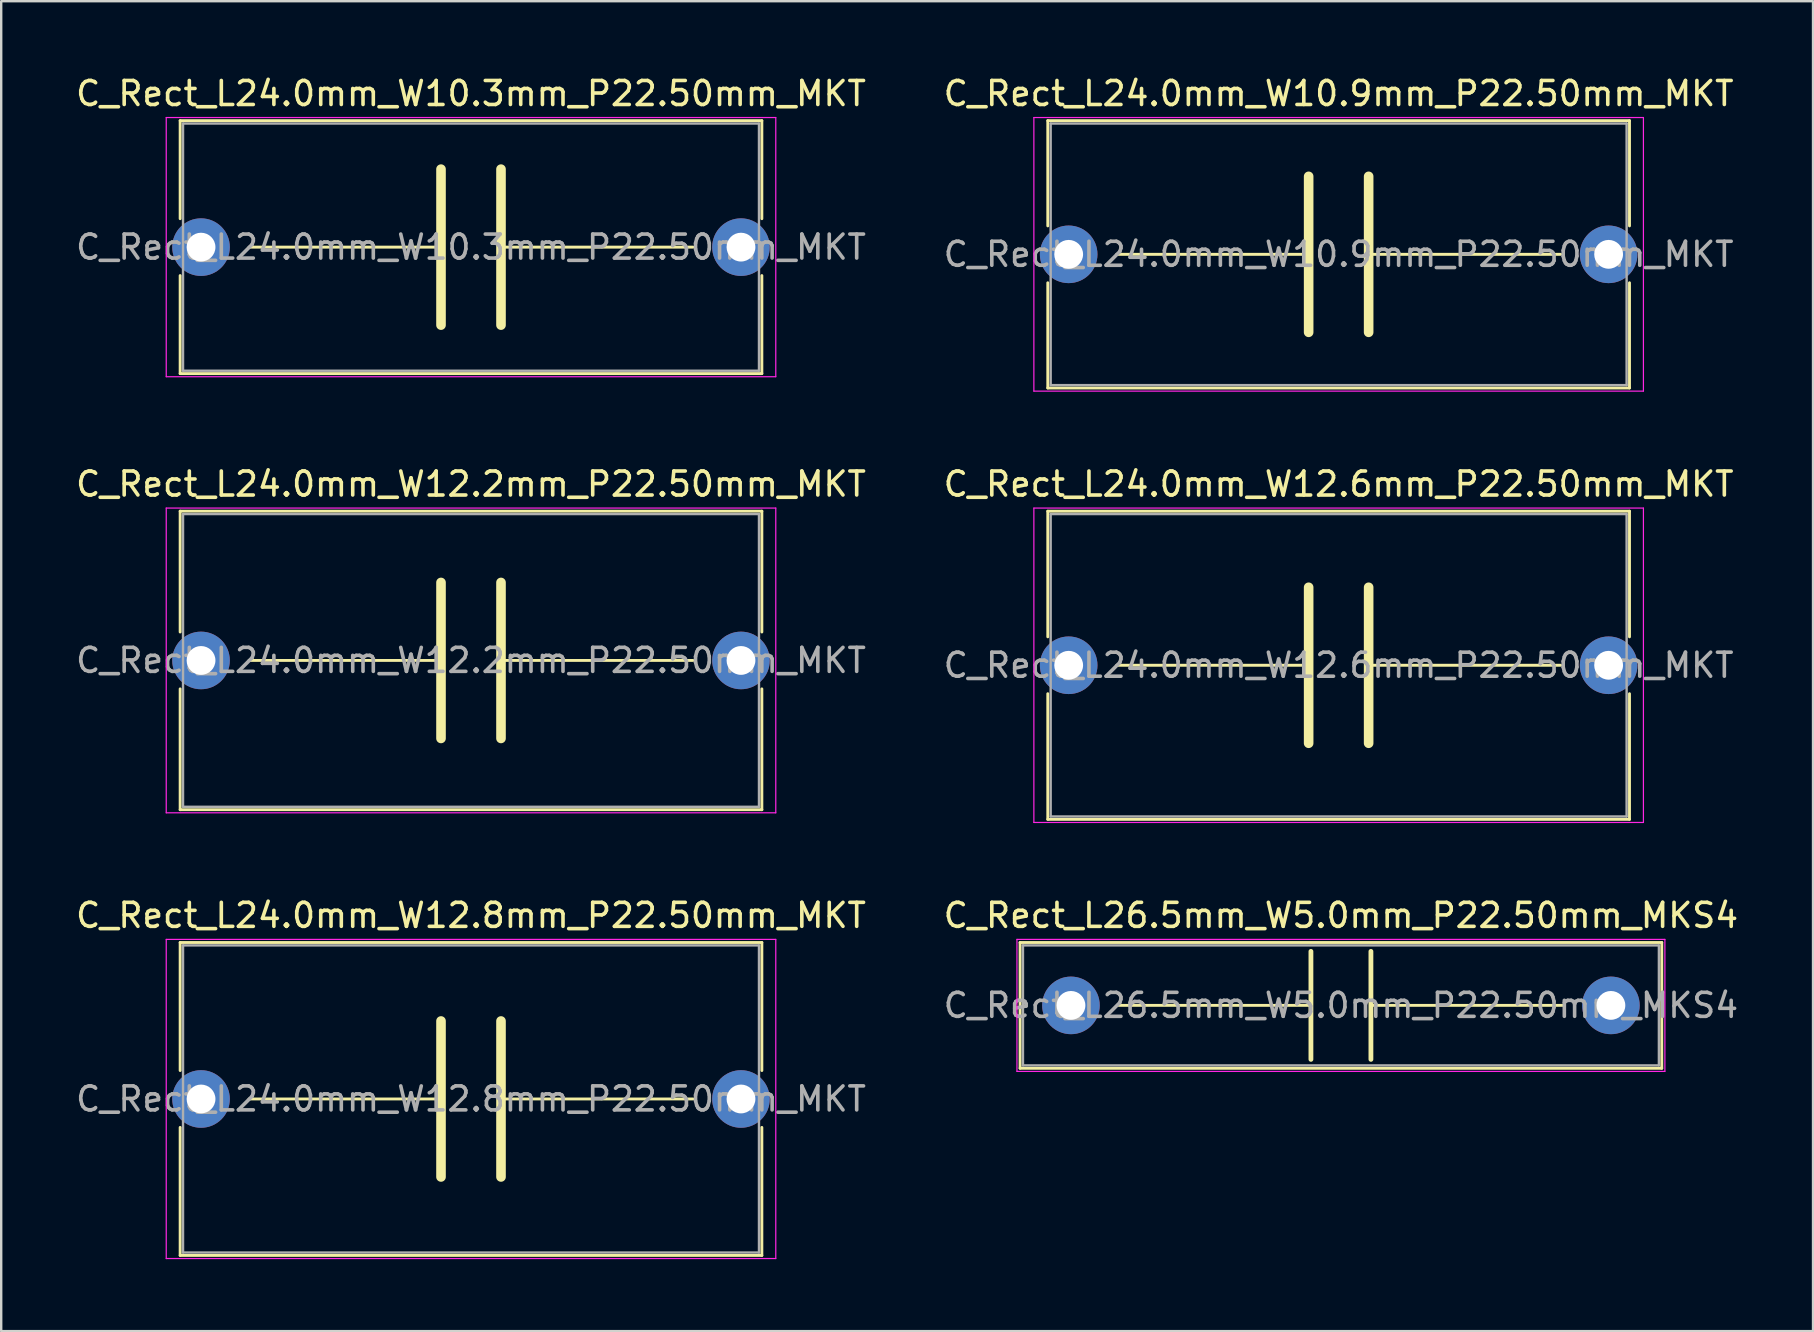
<source format=kicad_pcb>
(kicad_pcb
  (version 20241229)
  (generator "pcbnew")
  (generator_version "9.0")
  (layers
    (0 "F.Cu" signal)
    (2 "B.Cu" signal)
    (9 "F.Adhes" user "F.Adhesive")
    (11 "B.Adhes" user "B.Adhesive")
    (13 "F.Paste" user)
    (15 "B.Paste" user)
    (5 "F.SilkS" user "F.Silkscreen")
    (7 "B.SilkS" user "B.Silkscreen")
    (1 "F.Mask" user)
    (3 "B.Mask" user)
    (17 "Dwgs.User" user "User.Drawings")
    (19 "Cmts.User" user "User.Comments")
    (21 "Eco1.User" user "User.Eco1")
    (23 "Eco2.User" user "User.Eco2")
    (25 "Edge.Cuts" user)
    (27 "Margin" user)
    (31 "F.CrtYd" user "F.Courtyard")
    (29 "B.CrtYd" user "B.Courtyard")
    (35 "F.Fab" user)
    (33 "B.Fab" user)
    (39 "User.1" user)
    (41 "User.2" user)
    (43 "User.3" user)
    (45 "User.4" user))
  (footprint "C_Rect_L24.0mm_W12.8mm_P22.50mm_MKT"
    (layer "F.Cu")
    (at 5.327 42.745)
    (property "Reference" "C_Rect_L24.0mm_W12.8mm_P22.50mm_MKT" (at 11.25 -7.65 0) (layer "F.SilkS") (effects (font (size 1 1) (thickness 0.15))))
    (attr through_hole)
    (fp_line (start -0.87 -6.52) (end -0.87 -1.185) (stroke (width 0.12) (type solid)) (layer "F.SilkS"))
    (fp_line (start -0.87 -6.52) (end 23.37 -6.52) (stroke (width 0.12) (type solid)) (layer "F.SilkS"))
    (fp_line (start -0.87 1.185) (end -0.87 6.52) (stroke (width 0.12) (type solid)) (layer "F.SilkS"))
    (fp_line (start -0.87 6.52) (end 23.37 6.52) (stroke (width 0.12) (type solid)) (layer "F.SilkS"))
    (fp_line (start 2 0) (end 10 0) (stroke (width 0.12) (type solid)) (layer "F.SilkS"))
    (fp_line (start 10 -3.25) (end 10 3.25) (stroke (width 0.4) (type solid)) (layer "F.SilkS"))
    (fp_line (start 12.5 -3.25) (end 12.5 3.25) (stroke (width 0.4) (type solid)) (layer "F.SilkS"))
    (fp_line (start 12.5 0) (end 20.5 0) (stroke (width 0.12) (type solid)) (layer "F.SilkS"))
    (fp_line (start 23.37 -6.52) (end 23.37 -1.185) (stroke (width 0.12) (type solid)) (layer "F.SilkS"))
    (fp_line (start 23.37 1.185) (end 23.37 6.52) (stroke (width 0.12) (type solid)) (layer "F.SilkS"))
    (fp_line (start -1.45 -6.65) (end -1.45 6.65) (stroke (width 0.05) (type solid)) (layer "F.CrtYd"))
    (fp_line (start -1.45 6.65) (end 23.95 6.65) (stroke (width 0.05) (type solid)) (layer "F.CrtYd"))
    (fp_line (start 23.95 -6.65) (end -1.45 -6.65) (stroke (width 0.05) (type solid)) (layer "F.CrtYd"))
    (fp_line (start 23.95 6.65) (end 23.95 -6.65) (stroke (width 0.05) (type solid)) (layer "F.CrtYd"))
    (fp_line (start -0.75 -6.4) (end -0.75 6.4) (stroke (width 0.1) (type solid)) (layer "F.Fab"))
    (fp_line (start -0.75 6.4) (end 23.25 6.4) (stroke (width 0.1) (type solid)) (layer "F.Fab"))
    (fp_line (start 23.25 -6.4) (end -0.75 -6.4) (stroke (width 0.1) (type solid)) (layer "F.Fab"))
    (fp_line (start 23.25 6.4) (end 23.25 -6.4) (stroke (width 0.1) (type solid)) (layer "F.Fab"))
    (fp_text user "${REFERENCE}" (at 11.25 0 0) (layer "F.Fab") (effects (font (size 1 1) (thickness 0.15))))
    (pad "1" thru_hole circle (at 0 0) (size 2.4 2.4) (drill 1.2) (layers "*.Cu" "*.Mask"))
    (pad "2" thru_hole circle (at 22.5 0) (size 2.4 2.4) (drill 1.2) (layers "*.Cu" "*.Mask")))
  (footprint "C_Rect_L24.0mm_W10.3mm_P22.50mm_MKT"
    (layer "F.Cu")
    (at 5.327 7.248)
    (property "Reference" "C_Rect_L24.0mm_W10.3mm_P22.50mm_MKT" (at 11.25 -6.4 0) (layer "F.SilkS") (effects (font (size 1 1) (thickness 0.15))))
    (attr through_hole)
    (fp_line (start -0.87 -5.27) (end -0.87 -1.185) (stroke (width 0.12) (type solid)) (layer "F.SilkS"))
    (fp_line (start -0.87 -5.27) (end 23.37 -5.27) (stroke (width 0.12) (type solid)) (layer "F.SilkS"))
    (fp_line (start -0.87 1.185) (end -0.87 5.27) (stroke (width 0.12) (type solid)) (layer "F.SilkS"))
    (fp_line (start -0.87 5.27) (end 23.37 5.27) (stroke (width 0.12) (type solid)) (layer "F.SilkS"))
    (fp_line (start 2 0) (end 10 0) (stroke (width 0.12) (type solid)) (layer "F.SilkS"))
    (fp_line (start 10 -3.25) (end 10 3.25) (stroke (width 0.4) (type solid)) (layer "F.SilkS"))
    (fp_line (start 12.5 -3.25) (end 12.5 3.25) (stroke (width 0.4) (type solid)) (layer "F.SilkS"))
    (fp_line (start 12.5 0) (end 20.5 0) (stroke (width 0.12) (type solid)) (layer "F.SilkS"))
    (fp_line (start 23.37 -5.27) (end 23.37 -1.185) (stroke (width 0.12) (type solid)) (layer "F.SilkS"))
    (fp_line (start 23.37 1.185) (end 23.37 5.27) (stroke (width 0.12) (type solid)) (layer "F.SilkS"))
    (fp_line (start -1.45 -5.4) (end -1.45 5.4) (stroke (width 0.05) (type solid)) (layer "F.CrtYd"))
    (fp_line (start -1.45 5.4) (end 23.95 5.4) (stroke (width 0.05) (type solid)) (layer "F.CrtYd"))
    (fp_line (start 23.95 -5.4) (end -1.45 -5.4) (stroke (width 0.05) (type solid)) (layer "F.CrtYd"))
    (fp_line (start 23.95 5.4) (end 23.95 -5.4) (stroke (width 0.05) (type solid)) (layer "F.CrtYd"))
    (fp_line (start -0.75 -5.15) (end -0.75 5.15) (stroke (width 0.1) (type solid)) (layer "F.Fab"))
    (fp_line (start -0.75 5.15) (end 23.25 5.15) (stroke (width 0.1) (type solid)) (layer "F.Fab"))
    (fp_line (start 23.25 -5.15) (end -0.75 -5.15) (stroke (width 0.1) (type solid)) (layer "F.Fab"))
    (fp_line (start 23.25 5.15) (end 23.25 -5.15) (stroke (width 0.1) (type solid)) (layer "F.Fab"))
    (fp_text user "${REFERENCE}" (at 11.25 0 0) (layer "F.Fab") (effects (font (size 1 1) (thickness 0.15))))
    (pad "1" thru_hole circle (at 0 0) (size 2.4 2.4) (drill 1.2) (layers "*.Cu" "*.Mask"))
    (pad "2" thru_hole circle (at 22.5 0) (size 2.4 2.4) (drill 1.2) (layers "*.Cu" "*.Mask")))
  (footprint "C_Rect_L24.0mm_W10.9mm_P22.50mm_MKT"
    (layer "F.Cu")
    (at 41.482 7.548)
    (property "Reference" "C_Rect_L24.0mm_W10.9mm_P22.50mm_MKT" (at 11.25 -6.7 0) (layer "F.SilkS") (effects (font (size 1 1) (thickness 0.15))))
    (attr through_hole)
    (fp_line (start -0.87 -5.57) (end -0.87 -1.185) (stroke (width 0.12) (type solid)) (layer "F.SilkS"))
    (fp_line (start -0.87 -5.57) (end 23.37 -5.57) (stroke (width 0.12) (type solid)) (layer "F.SilkS"))
    (fp_line (start -0.87 1.185) (end -0.87 5.57) (stroke (width 0.12) (type solid)) (layer "F.SilkS"))
    (fp_line (start -0.87 5.57) (end 23.37 5.57) (stroke (width 0.12) (type solid)) (layer "F.SilkS"))
    (fp_line (start 2 0) (end 10 0) (stroke (width 0.12) (type solid)) (layer "F.SilkS"))
    (fp_line (start 10 -3.25) (end 10 3.25) (stroke (width 0.4) (type solid)) (layer "F.SilkS"))
    (fp_line (start 12.5 -3.25) (end 12.5 3.25) (stroke (width 0.4) (type solid)) (layer "F.SilkS"))
    (fp_line (start 12.5 0) (end 20.5 0) (stroke (width 0.12) (type solid)) (layer "F.SilkS"))
    (fp_line (start 23.37 -5.57) (end 23.37 -1.185) (stroke (width 0.12) (type solid)) (layer "F.SilkS"))
    (fp_line (start 23.37 1.185) (end 23.37 5.57) (stroke (width 0.12) (type solid)) (layer "F.SilkS"))
    (fp_line (start -1.45 -5.7) (end -1.45 5.7) (stroke (width 0.05) (type solid)) (layer "F.CrtYd"))
    (fp_line (start -1.45 5.7) (end 23.95 5.7) (stroke (width 0.05) (type solid)) (layer "F.CrtYd"))
    (fp_line (start 23.95 -5.7) (end -1.45 -5.7) (stroke (width 0.05) (type solid)) (layer "F.CrtYd"))
    (fp_line (start 23.95 5.7) (end 23.95 -5.7) (stroke (width 0.05) (type solid)) (layer "F.CrtYd"))
    (fp_line (start -0.75 -5.45) (end -0.75 5.45) (stroke (width 0.1) (type solid)) (layer "F.Fab"))
    (fp_line (start -0.75 5.45) (end 23.25 5.45) (stroke (width 0.1) (type solid)) (layer "F.Fab"))
    (fp_line (start 23.25 -5.45) (end -0.75 -5.45) (stroke (width 0.1) (type solid)) (layer "F.Fab"))
    (fp_line (start 23.25 5.45) (end 23.25 -5.45) (stroke (width 0.1) (type solid)) (layer "F.Fab"))
    (fp_text user "${REFERENCE}" (at 11.25 0 0) (layer "F.Fab") (effects (font (size 1 1) (thickness 0.15))))
    (pad "1" thru_hole circle (at 0 0) (size 2.4 2.4) (drill 1.2) (layers "*.Cu" "*.Mask"))
    (pad "2" thru_hole circle (at 22.5 0) (size 2.4 2.4) (drill 1.2) (layers "*.Cu" "*.Mask")))
  (footprint "C_Rect_L24.0mm_W12.2mm_P22.50mm_MKT"
    (layer "F.Cu")
    (at 5.327 24.471)
    (property "Reference" "C_Rect_L24.0mm_W12.2mm_P22.50mm_MKT" (at 11.25 -7.35 0) (layer "F.SilkS") (effects (font (size 1 1) (thickness 0.15))))
    (attr through_hole)
    (fp_line (start -0.87 -6.22) (end -0.87 -1.185) (stroke (width 0.12) (type solid)) (layer "F.SilkS"))
    (fp_line (start -0.87 -6.22) (end 23.37 -6.22) (stroke (width 0.12) (type solid)) (layer "F.SilkS"))
    (fp_line (start -0.87 1.185) (end -0.87 6.22) (stroke (width 0.12) (type solid)) (layer "F.SilkS"))
    (fp_line (start -0.87 6.22) (end 23.37 6.22) (stroke (width 0.12) (type solid)) (layer "F.SilkS"))
    (fp_line (start 2 0) (end 10 0) (stroke (width 0.12) (type solid)) (layer "F.SilkS"))
    (fp_line (start 10 -3.25) (end 10 3.25) (stroke (width 0.4) (type solid)) (layer "F.SilkS"))
    (fp_line (start 12.5 -3.25) (end 12.5 3.25) (stroke (width 0.4) (type solid)) (layer "F.SilkS"))
    (fp_line (start 12.5 0) (end 20.5 0) (stroke (width 0.12) (type solid)) (layer "F.SilkS"))
    (fp_line (start 23.37 -6.22) (end 23.37 -1.185) (stroke (width 0.12) (type solid)) (layer "F.SilkS"))
    (fp_line (start 23.37 1.185) (end 23.37 6.22) (stroke (width 0.12) (type solid)) (layer "F.SilkS"))
    (fp_line (start -1.45 -6.35) (end -1.45 6.35) (stroke (width 0.05) (type solid)) (layer "F.CrtYd"))
    (fp_line (start -1.45 6.35) (end 23.95 6.35) (stroke (width 0.05) (type solid)) (layer "F.CrtYd"))
    (fp_line (start 23.95 -6.35) (end -1.45 -6.35) (stroke (width 0.05) (type solid)) (layer "F.CrtYd"))
    (fp_line (start 23.95 6.35) (end 23.95 -6.35) (stroke (width 0.05) (type solid)) (layer "F.CrtYd"))
    (fp_line (start -0.75 -6.1) (end -0.75 6.1) (stroke (width 0.1) (type solid)) (layer "F.Fab"))
    (fp_line (start -0.75 6.1) (end 23.25 6.1) (stroke (width 0.1) (type solid)) (layer "F.Fab"))
    (fp_line (start 23.25 -6.1) (end -0.75 -6.1) (stroke (width 0.1) (type solid)) (layer "F.Fab"))
    (fp_line (start 23.25 6.1) (end 23.25 -6.1) (stroke (width 0.1) (type solid)) (layer "F.Fab"))
    (fp_text user "${REFERENCE}" (at 11.25 0 0) (layer "F.Fab") (effects (font (size 1 1) (thickness 0.15))))
    (pad "1" thru_hole circle (at 0 0) (size 2.4 2.4) (drill 1.2) (layers "*.Cu" "*.Mask"))
    (pad "2" thru_hole circle (at 22.5 0) (size 2.4 2.4) (drill 1.2) (layers "*.Cu" "*.Mask")))
  (footprint "C_Rect_L24.0mm_W12.6mm_P22.50mm_MKT"
    (layer "F.Cu")
    (at 41.482 24.672)
    (property "Reference" "C_Rect_L24.0mm_W12.6mm_P22.50mm_MKT" (at 11.25 -7.55 0) (layer "F.SilkS") (effects (font (size 1 1) (thickness 0.15))))
    (attr through_hole)
    (fp_line (start -0.87 -6.42) (end -0.87 -1.185) (stroke (width 0.12) (type solid)) (layer "F.SilkS"))
    (fp_line (start -0.87 -6.42) (end 23.37 -6.42) (stroke (width 0.12) (type solid)) (layer "F.SilkS"))
    (fp_line (start -0.87 1.185) (end -0.87 6.42) (stroke (width 0.12) (type solid)) (layer "F.SilkS"))
    (fp_line (start -0.87 6.42) (end 23.37 6.42) (stroke (width 0.12) (type solid)) (layer "F.SilkS"))
    (fp_line (start 2 0) (end 10 0) (stroke (width 0.12) (type solid)) (layer "F.SilkS"))
    (fp_line (start 10 -3.25) (end 10 3.25) (stroke (width 0.4) (type solid)) (layer "F.SilkS"))
    (fp_line (start 12.5 -3.25) (end 12.5 3.25) (stroke (width 0.4) (type solid)) (layer "F.SilkS"))
    (fp_line (start 12.5 0) (end 20.5 0) (stroke (width 0.12) (type solid)) (layer "F.SilkS"))
    (fp_line (start 23.37 -6.42) (end 23.37 -1.185) (stroke (width 0.12) (type solid)) (layer "F.SilkS"))
    (fp_line (start 23.37 1.185) (end 23.37 6.42) (stroke (width 0.12) (type solid)) (layer "F.SilkS"))
    (fp_line (start -1.45 -6.55) (end -1.45 6.55) (stroke (width 0.05) (type solid)) (layer "F.CrtYd"))
    (fp_line (start -1.45 6.55) (end 23.95 6.55) (stroke (width 0.05) (type solid)) (layer "F.CrtYd"))
    (fp_line (start 23.95 -6.55) (end -1.45 -6.55) (stroke (width 0.05) (type solid)) (layer "F.CrtYd"))
    (fp_line (start 23.95 6.55) (end 23.95 -6.55) (stroke (width 0.05) (type solid)) (layer "F.CrtYd"))
    (fp_line (start -0.75 -6.3) (end -0.75 6.3) (stroke (width 0.1) (type solid)) (layer "F.Fab"))
    (fp_line (start -0.75 6.3) (end 23.25 6.3) (stroke (width 0.1) (type solid)) (layer "F.Fab"))
    (fp_line (start 23.25 -6.3) (end -0.75 -6.3) (stroke (width 0.1) (type solid)) (layer "F.Fab"))
    (fp_line (start 23.25 6.3) (end 23.25 -6.3) (stroke (width 0.1) (type solid)) (layer "F.Fab"))
    (fp_text user "${REFERENCE}" (at 11.25 0 0) (layer "F.Fab") (effects (font (size 1 1) (thickness 0.15))))
    (pad "1" thru_hole circle (at 0 0) (size 2.4 2.4) (drill 1.2) (layers "*.Cu" "*.Mask"))
    (pad "2" thru_hole circle (at 22.5 0) (size 2.4 2.4) (drill 1.2) (layers "*.Cu" "*.Mask")))
  (footprint "C_Rect_L26.5mm_W5.0mm_P22.50mm_MKS4"
    (layer "F.Cu")
    (at 41.577 38.845)
    (property "Reference" "C_Rect_L26.5mm_W5.0mm_P22.50mm_MKS4" (at 11.25 -3.75 0) (layer "F.SilkS") (effects (font (size 1 1) (thickness 0.15))))
    (attr through_hole)
    (fp_line (start -2.12 -2.62) (end -2.12 2.62) (stroke (width 0.12) (type solid)) (layer "F.SilkS"))
    (fp_line (start -2.12 -2.62) (end 24.62 -2.62) (stroke (width 0.12) (type solid)) (layer "F.SilkS"))
    (fp_line (start -2.12 2.62) (end 24.62 2.62) (stroke (width 0.12) (type solid)) (layer "F.SilkS"))
    (fp_line (start 2 0) (end 10 0) (stroke (width 0.12) (type solid)) (layer "F.SilkS"))
    (fp_line (start 10 -2.25) (end 10 2.25) (stroke (width 0.2) (type solid)) (layer "F.SilkS"))
    (fp_line (start 12.5 -2.25) (end 12.5 2.25) (stroke (width 0.2) (type solid)) (layer "F.SilkS"))
    (fp_line (start 12.5 0) (end 20.5 0) (stroke (width 0.12) (type solid)) (layer "F.SilkS"))
    (fp_line (start 24.62 -2.62) (end 24.62 2.62) (stroke (width 0.12) (type solid)) (layer "F.SilkS"))
    (fp_line (start -2.25 -2.75) (end -2.25 2.75) (stroke (width 0.05) (type solid)) (layer "F.CrtYd"))
    (fp_line (start -2.25 2.75) (end 24.75 2.75) (stroke (width 0.05) (type solid)) (layer "F.CrtYd"))
    (fp_line (start 24.75 -2.75) (end -2.25 -2.75) (stroke (width 0.05) (type solid)) (layer "F.CrtYd"))
    (fp_line (start 24.75 2.75) (end 24.75 -2.75) (stroke (width 0.05) (type solid)) (layer "F.CrtYd"))
    (fp_line (start -2 -2.5) (end -2 2.5) (stroke (width 0.1) (type solid)) (layer "F.Fab"))
    (fp_line (start -2 2.5) (end 24.5 2.5) (stroke (width 0.1) (type solid)) (layer "F.Fab"))
    (fp_line (start 24.5 -2.5) (end -2 -2.5) (stroke (width 0.1) (type solid)) (layer "F.Fab"))
    (fp_line (start 24.5 2.5) (end 24.5 -2.5) (stroke (width 0.1) (type solid)) (layer "F.Fab"))
    (fp_text user "${REFERENCE}" (at 11.25 0 0) (layer "F.Fab") (effects (font (size 1 1) (thickness 0.15))))
    (pad "1" thru_hole circle (at 0 0) (size 2.4 2.4) (drill 1.2) (layers "*.Cu" "*.Mask"))
    (pad "2" thru_hole circle (at 22.5 0) (size 2.4 2.4) (drill 1.2) (layers "*.Cu" "*.Mask")))
  (gr_rect
    (start -3 -3)
    (end 72.5 52.42)
    (stroke (width 0.1) (type default))
    (fill no)
    (layer "Edge.Cuts")))
</source>
